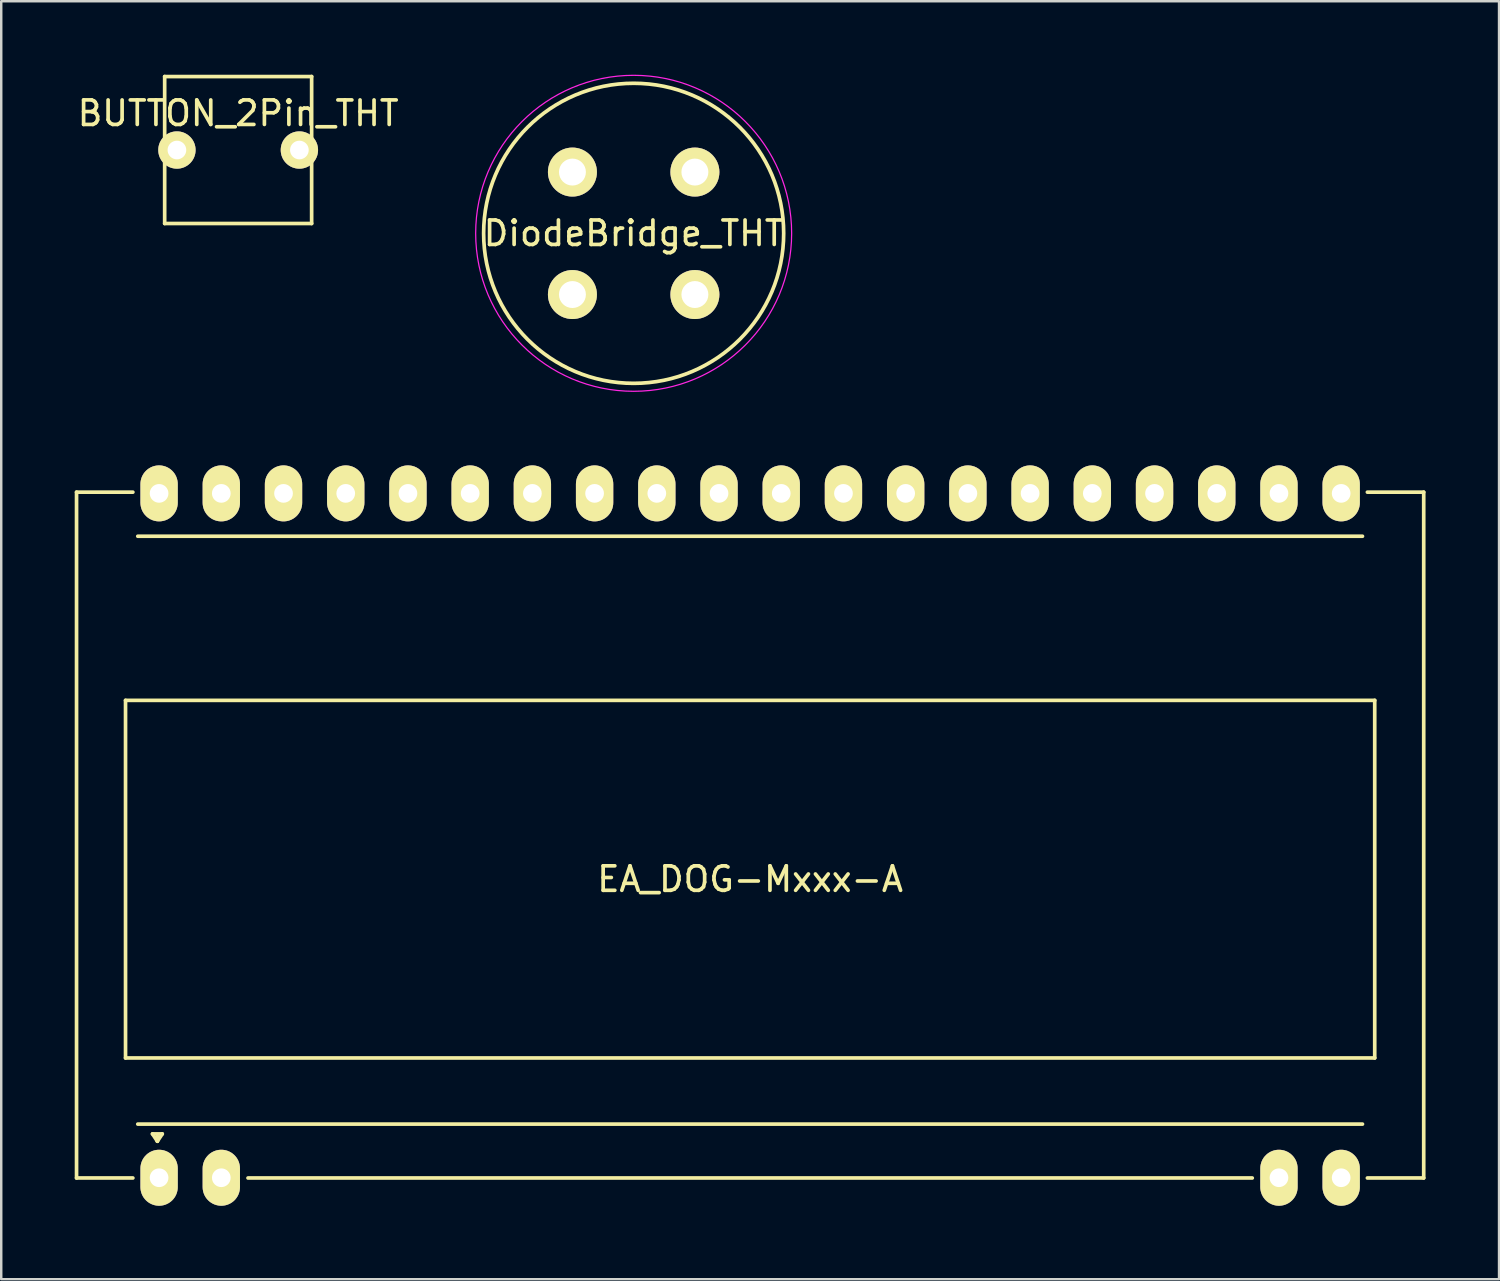
<source format=kicad_pcb>
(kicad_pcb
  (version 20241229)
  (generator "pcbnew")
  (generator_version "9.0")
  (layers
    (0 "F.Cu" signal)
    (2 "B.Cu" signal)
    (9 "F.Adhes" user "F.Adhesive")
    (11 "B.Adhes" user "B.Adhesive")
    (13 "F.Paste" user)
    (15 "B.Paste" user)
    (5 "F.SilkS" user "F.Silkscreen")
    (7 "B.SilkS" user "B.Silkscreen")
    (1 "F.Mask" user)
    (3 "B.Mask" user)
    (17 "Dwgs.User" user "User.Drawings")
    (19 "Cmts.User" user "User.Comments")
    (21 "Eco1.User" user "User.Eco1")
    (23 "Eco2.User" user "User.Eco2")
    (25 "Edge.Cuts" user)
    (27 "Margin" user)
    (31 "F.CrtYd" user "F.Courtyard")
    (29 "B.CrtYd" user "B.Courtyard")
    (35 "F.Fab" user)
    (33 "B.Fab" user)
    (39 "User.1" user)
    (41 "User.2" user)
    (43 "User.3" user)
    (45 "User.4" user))
  (footprint "BUTTON_2Pin_THT"
    (layer "F.Cu")
    (at 6.673 3.075)
    (property "Reference" "BUTTON_2Pin_THT" (at 0 -1.5 0) (layer "F.SilkS") (effects (font (size 1 1) (thickness 0.15))))
    (attr through_hole)
    (fp_line (start -3 -3) (end 3 -3) (stroke (width 0.15) (type solid)) (layer "F.SilkS"))
    (fp_line (start -3 0) (end -3 -3) (stroke (width 0.15) (type solid)) (layer "F.SilkS"))
    (fp_line (start -3 3) (end -3 0) (stroke (width 0.15) (type solid)) (layer "F.SilkS"))
    (fp_line (start 3 -3) (end 3 3) (stroke (width 0.15) (type solid)) (layer "F.SilkS"))
    (fp_line (start 3 3) (end -3 3) (stroke (width 0.15) (type solid)) (layer "F.SilkS"))
    (pad "1" thru_hole circle (at -2.5 0) (size 1.524 1.524) (drill 0.762) (layers "*.Cu" "*.Mask" "F.SilkS"))
    (pad "2" thru_hole circle (at 2.5 0) (size 1.524 1.524) (drill 0.762) (layers "*.Cu" "*.Mask" "F.SilkS")))
  (footprint "EA_DOG-Mxxx-A"
    (layer "F.Cu")
    (at 27.575 32.843)
    (property "Reference" "EA_DOG-Mxxx-A" (at 0 0 0) (layer "F.SilkS") (effects (font (size 1 1) (thickness 0.15))))
    (attr through_hole)
    (fp_line (start -27.5 -15.8) (end -25.2 -15.8) (stroke (width 0.15) (type solid)) (layer "F.SilkS"))
    (fp_line (start -27.5 12.2) (end -27.5 -15.8) (stroke (width 0.15) (type solid)) (layer "F.SilkS"))
    (fp_line (start -27.5 12.2) (end -25.2 12.2) (stroke (width 0.15) (type solid)) (layer "F.SilkS"))
    (fp_line (start -25.5 -7.3) (end 25.5 -7.3) (stroke (width 0.15) (type solid)) (layer "F.SilkS"))
    (fp_line (start -25.5 7.3) (end -25.5 -7.3) (stroke (width 0.15) (type solid)) (layer "F.SilkS"))
    (fp_line (start -25 -14) (end 25 -14) (stroke (width 0.15) (type solid)) (layer "F.SilkS"))
    (fp_line (start -24.4 10.4) (end -24 10.4) (stroke (width 0.15) (type solid)) (layer "F.SilkS"))
    (fp_line (start -24.2 10.7) (end -24.4 10.4) (stroke (width 0.15) (type solid)) (layer "F.SilkS"))
    (fp_line (start -24.2 10.7) (end -24.2 10.5) (stroke (width 0.15) (type solid)) (layer "F.SilkS"))
    (fp_line (start -24 10.4) (end -24.2 10.7) (stroke (width 0.15) (type solid)) (layer "F.SilkS"))
    (fp_line (start -20.5 12.2) (end 20.5 12.2) (stroke (width 0.15) (type solid)) (layer "F.SilkS"))
    (fp_line (start 25 10) (end -25 10) (stroke (width 0.15) (type solid)) (layer "F.SilkS"))
    (fp_line (start 25.5 -7.3) (end 25.5 7.3) (stroke (width 0.15) (type solid)) (layer "F.SilkS"))
    (fp_line (start 25.5 7.3) (end -25.5 7.3) (stroke (width 0.15) (type solid)) (layer "F.SilkS"))
    (fp_line (start 27.5 -15.8) (end 25.2 -15.8) (stroke (width 0.15) (type solid)) (layer "F.SilkS"))
    (fp_line (start 27.5 -15.8) (end 27.5 12.2) (stroke (width 0.15) (type solid)) (layer "F.SilkS"))
    (fp_line (start 27.5 12.2) (end 25.2 12.2) (stroke (width 0.15) (type solid)) (layer "F.SilkS"))
    (pad "1" thru_hole oval (at -24.13 12.19) (size 1.524 2.285) (drill 0.763) (layers "*.Cu" "*.Mask" "F.SilkS"))
    (pad "2" thru_hole oval (at -21.59 12.19) (size 1.524 2.285) (drill 0.763) (layers "*.Cu" "*.Mask" "F.SilkS"))
    (pad "19" thru_hole oval (at 21.59 12.19) (size 1.524 2.285) (drill 0.763) (layers "*.Cu" "*.Mask" "F.SilkS"))
    (pad "20" thru_hole oval (at 24.13 12.19) (size 1.524 2.285) (drill 0.763) (layers "*.Cu" "*.Mask" "F.SilkS"))
    (pad "21" thru_hole oval (at 24.13 -15.75) (size 1.524 2.285) (drill 0.763) (layers "*.Cu" "*.Mask" "F.SilkS"))
    (pad "22" thru_hole oval (at 21.59 -15.75) (size 1.524 2.285) (drill 0.763) (layers "*.Cu" "*.Mask" "F.SilkS"))
    (pad "23" thru_hole oval (at 19.05 -15.75) (size 1.524 2.285) (drill 0.763) (layers "*.Cu" "*.Mask" "F.SilkS"))
    (pad "24" thru_hole oval (at 16.51 -15.75) (size 1.524 2.285) (drill 0.763) (layers "*.Cu" "*.Mask" "F.SilkS"))
    (pad "25" thru_hole oval (at 13.97 -15.75) (size 1.524 2.285) (drill 0.763) (layers "*.Cu" "*.Mask" "F.SilkS"))
    (pad "26" thru_hole oval (at 11.43 -15.75) (size 1.524 2.285) (drill 0.763) (layers "*.Cu" "*.Mask" "F.SilkS"))
    (pad "27" thru_hole oval (at 8.89 -15.75) (size 1.524 2.285) (drill 0.763) (layers "*.Cu" "*.Mask" "F.SilkS"))
    (pad "28" thru_hole oval (at 6.35 -15.75) (size 1.524 2.285) (drill 0.763) (layers "*.Cu" "*.Mask" "F.SilkS"))
    (pad "29" thru_hole oval (at 3.81 -15.75) (size 1.524 2.285) (drill 0.763) (layers "*.Cu" "*.Mask" "F.SilkS"))
    (pad "30" thru_hole oval (at 1.27 -15.75) (size 1.524 2.285) (drill 0.763) (layers "*.Cu" "*.Mask" "F.SilkS"))
    (pad "31" thru_hole oval (at -1.27 -15.75) (size 1.524 2.285) (drill 0.763) (layers "*.Cu" "*.Mask" "F.SilkS"))
    (pad "32" thru_hole oval (at -3.81 -15.75) (size 1.524 2.285) (drill 0.763) (layers "*.Cu" "*.Mask" "F.SilkS"))
    (pad "33" thru_hole oval (at -6.35 -15.75) (size 1.524 2.285) (drill 0.763) (layers "*.Cu" "*.Mask" "F.SilkS"))
    (pad "34" thru_hole oval (at -8.89 -15.75) (size 1.524 2.285) (drill 0.763) (layers "*.Cu" "*.Mask" "F.SilkS"))
    (pad "35" thru_hole oval (at -11.43 -15.75) (size 1.524 2.285) (drill 0.763) (layers "*.Cu" "*.Mask" "F.SilkS"))
    (pad "36" thru_hole oval (at -13.97 -15.75) (size 1.524 2.285) (drill 0.763) (layers "*.Cu" "*.Mask" "F.SilkS"))
    (pad "37" thru_hole oval (at -16.51 -15.75) (size 1.524 2.285) (drill 0.763) (layers "*.Cu" "*.Mask" "F.SilkS"))
    (pad "38" thru_hole oval (at -19.05 -15.75) (size 1.524 2.285) (drill 0.763) (layers "*.Cu" "*.Mask" "F.SilkS"))
    (pad "39" thru_hole oval (at -21.59 -15.75) (size 1.524 2.285) (drill 0.763) (layers "*.Cu" "*.Mask" "F.SilkS"))
    (pad "40" thru_hole oval (at -24.13 -15.75) (size 1.524 2.285) (drill 0.763) (layers "*.Cu" "*.Mask" "F.SilkS")))
  (footprint "DiodeBridge_THT"
    (layer "F.Cu")
    (at 20.32 3.975)
    (property "Reference" "DiodeBridge_THT" (at 2.5 2.5 180) (layer "F.SilkS") (effects (font (size 1 1) (thickness 0.15))))
    (attr through_hole)
    (fp_circle (center 2.5 2.5) (end 8.625 2.5) (stroke (width 0.15) (type solid)) (fill no) (layer "F.SilkS"))
    (fp_circle (center 2.5 2.5) (end 8.95 2.5) (stroke (width 0.05) (type solid)) (fill no) (layer "F.CrtYd"))
    (pad "1" thru_hole circle (at 0 0) (size 2 2) (drill 1.1) (layers "*.Cu" "*.Mask" "F.SilkS"))
    (pad "2" thru_hole circle (at 0 5) (size 2 2) (drill 1.1) (layers "*.Cu" "*.Mask" "F.SilkS"))
    (pad "3" thru_hole circle (at 5 5) (size 2 2) (drill 1.1) (layers "*.Cu" "*.Mask" "F.SilkS"))
    (pad "4" thru_hole circle (at 5 0) (size 2 2) (drill 1.1) (layers "*.Cu" "*.Mask" "F.SilkS")))
  (gr_rect
    (start -3 -3)
    (end 58.15 49.175)
    (stroke (width 0.1) (type default))
    (fill no)
    (layer "Edge.Cuts")))
</source>
